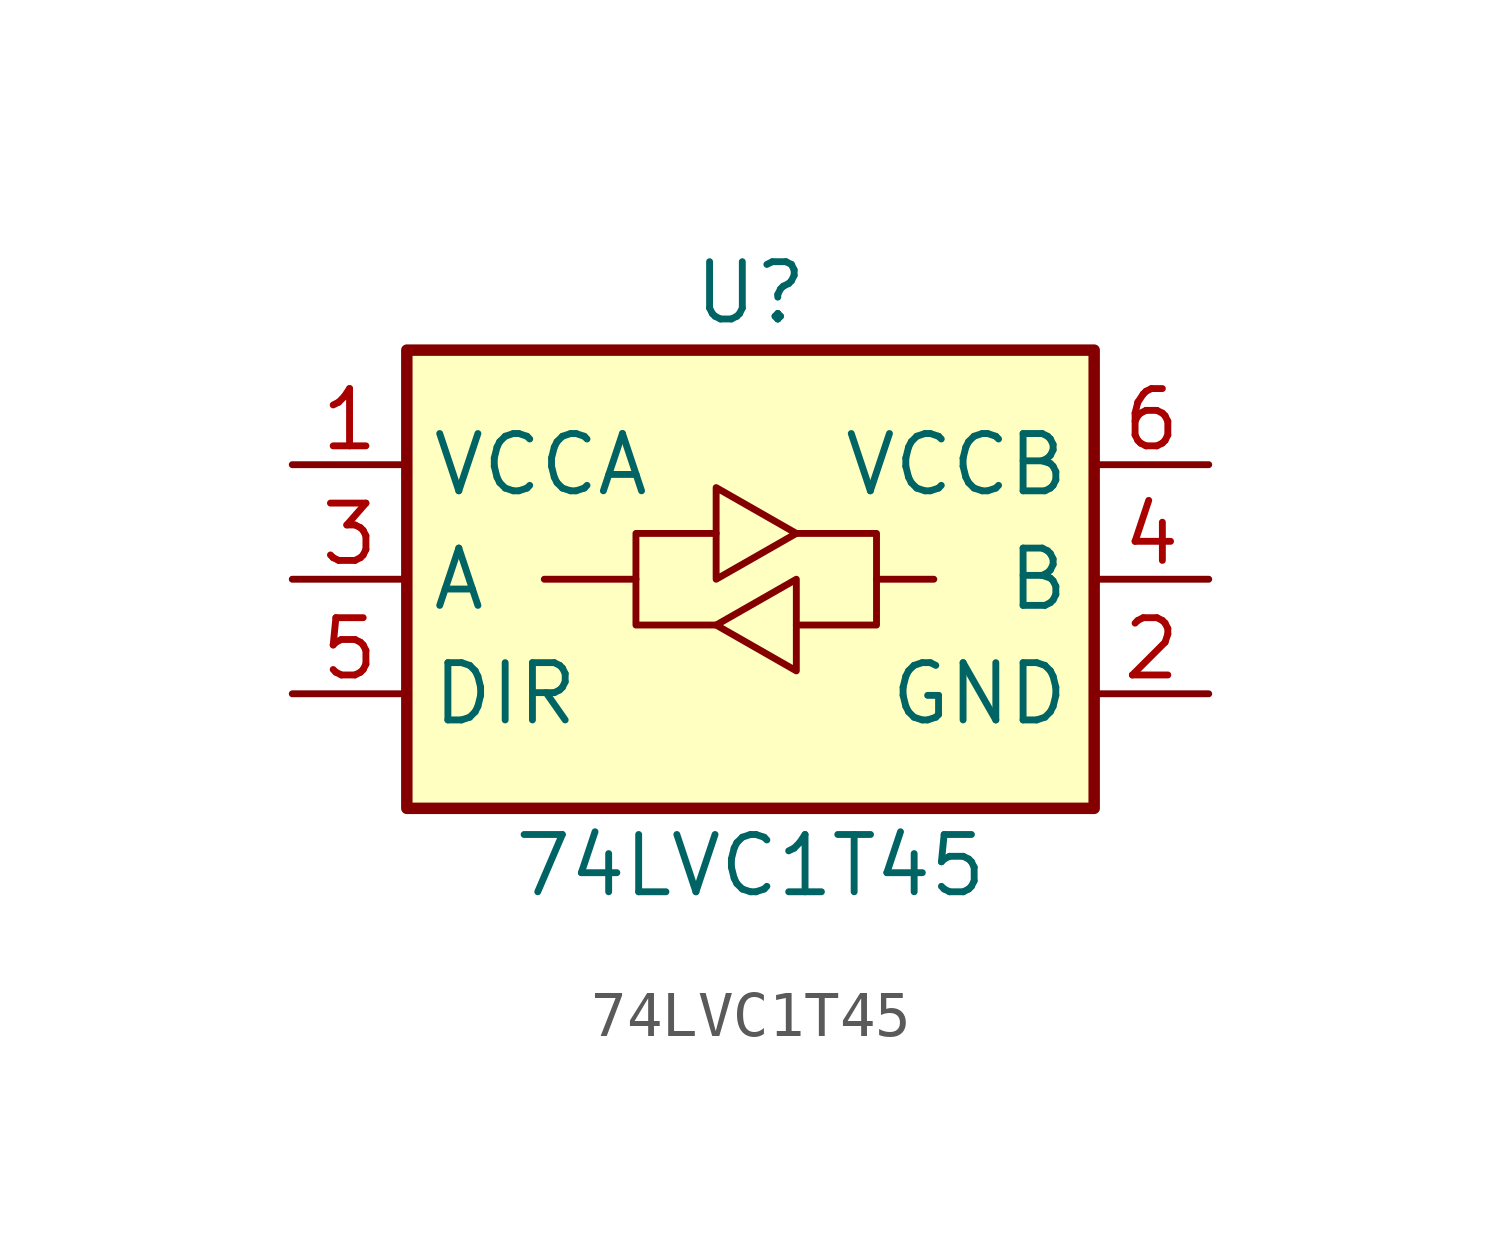
<source format=kicad_sym>
(kicad_symbol_lib
  (version 20211014)
  (generator kicad_symbol_editor)
  (symbol "74LVC1T45"
    (property "Reference" "U"
      (at 0 6.35 0)
      (effects (font (size 1.27 1.27))))
    (property "Value" "74LVC1T45"
      (at 0 -6.35 0)
      (effects (font (size 1.27 1.27))))
    (symbol "74LVC1T45_0_1"
      (rectangle (start -7.62 5.08) (end 7.62 -5.08) (stroke (width 0.254) (type default) (color 0 0 0 0)) (fill (type background)))
      (polyline (pts (xy -2.54 0) (xy -2.54 1.016) (xy -0.762 1.016)) (stroke (width 0) (type default) (color 0 0 0 0)) (fill (type none)))
      (polyline (pts (xy 2.794 0) (xy 2.794 -1.016) (xy 1.016 -1.016)) (stroke (width 0) (type default) (color 0 0 0 0)) (fill (type none)))
      (polyline (pts (xy -0.762 -1.016) (xy -2.54 -1.016) (xy -2.54 0) (xy -4.572 0)) (stroke (width 0) (type default) (color 0 0 0 0)) (fill (type none)))
      (polyline (pts (xy -0.762 0) (xy -0.762 2.032) (xy 1.016 1.016) (xy -0.762 0)) (stroke (width 0) (type default) (color 0 0 0 0)) (fill (type none)))
      (polyline (pts (xy 1.016 1.016) (xy 2.794 1.016) (xy 2.794 0) (xy 4.064 0)) (stroke (width 0) (type default) (color 0 0 0 0)) (fill (type none)))
      (polyline (pts (xy 1.016 0) (xy 1.016 -1.778) (xy 1.016 -2.032) (xy -0.762 -1.016) (xy 1.016 0)) (stroke (width 0) (type default) (color 0 0 0 0)) (fill (type none))))
    (symbol "74LVC1T45_1_1"
      (pin power_in line (at -10.16 2.54 0) (length 2.54) (name "VCCA" (effects (font (size 1.27 1.27)))) (number "1" (effects (font (size 1.27 1.27)))))
      (pin power_in line (at 10.16 -2.54 180) (length 2.54) (name "GND" (effects (font (size 1.27 1.27)))) (number "2" (effects (font (size 1.27 1.27)))))
      (pin bidirectional line (at -10.16 0 0) (length 2.54) (name "A" (effects (font (size 1.27 1.27)))) (number "3" (effects (font (size 1.27 1.27)))))
      (pin bidirectional line (at 10.16 0 180) (length 2.54) (name "B" (effects (font (size 1.27 1.27)))) (number "4" (effects (font (size 1.27 1.27)))))
      (pin input line (at -10.16 -2.54 0) (length 2.54) (name "DIR" (effects (font (size 1.27 1.27)))) (number "5" (effects (font (size 1.27 1.27)))))
      (pin power_in line (at 10.16 2.54 180) (length 2.54) (name "VCCB" (effects (font (size 1.27 1.27)))) (number "6" (effects (font (size 1.27 1.27))))))))
</source>
